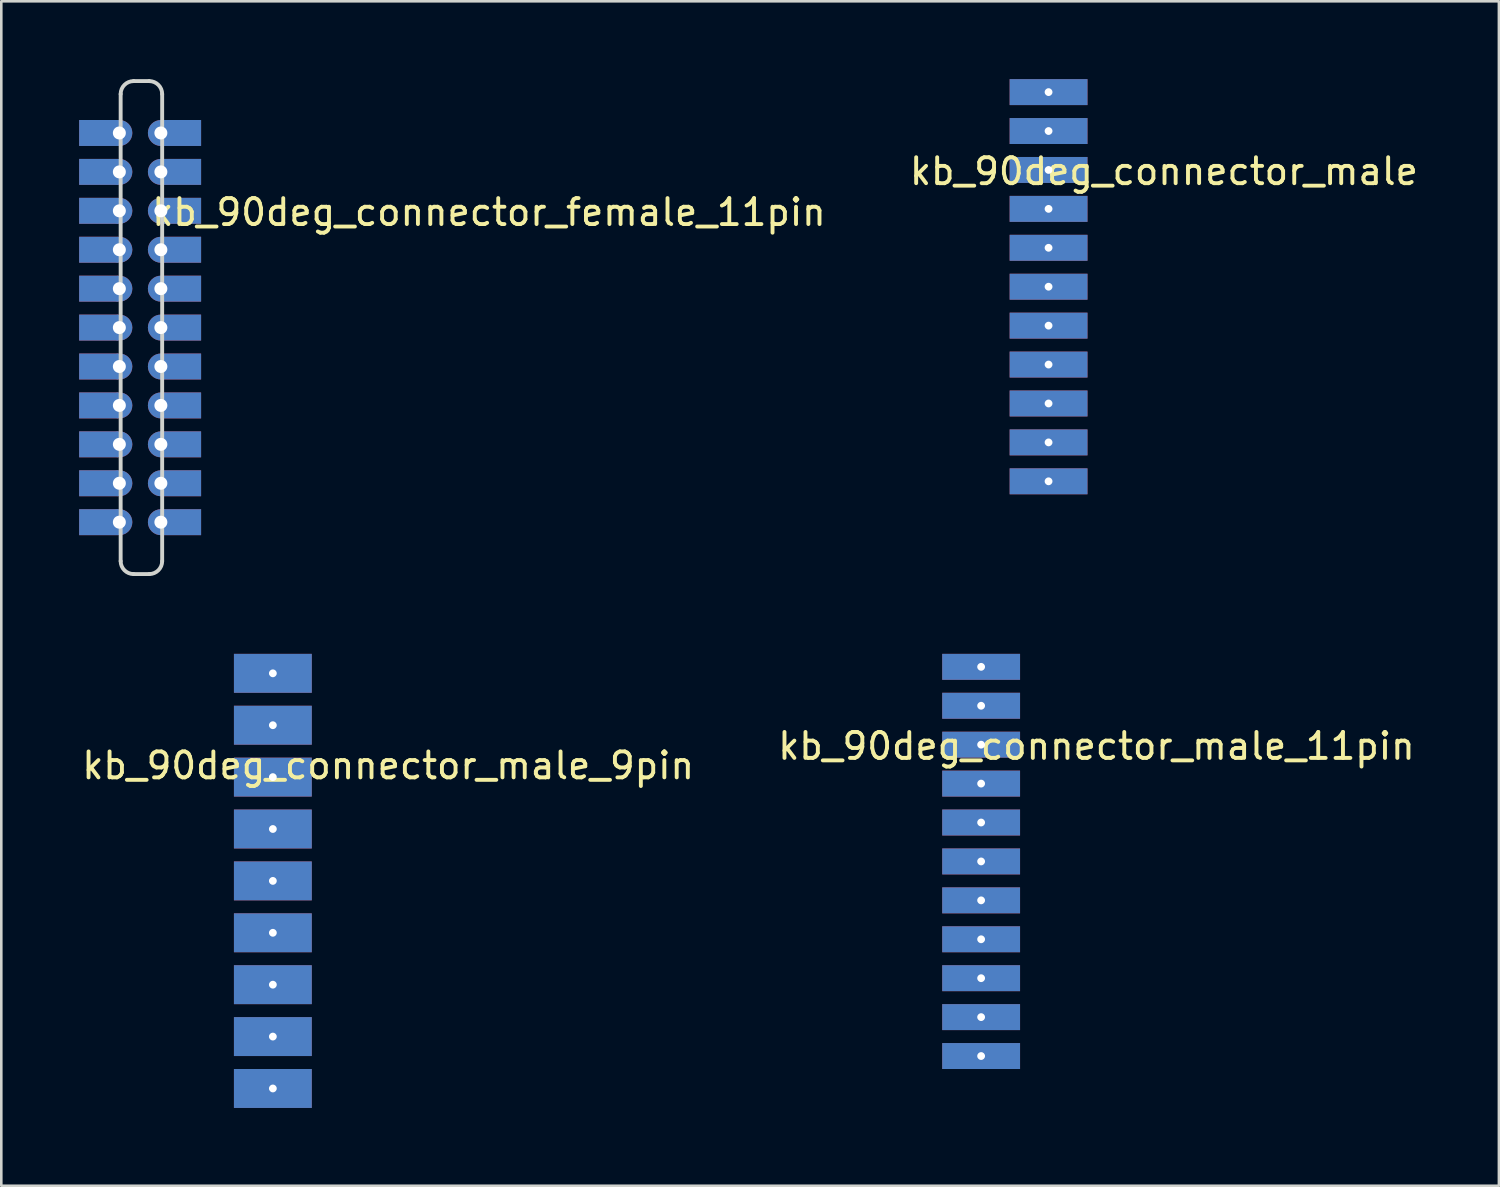
<source format=kicad_pcb>
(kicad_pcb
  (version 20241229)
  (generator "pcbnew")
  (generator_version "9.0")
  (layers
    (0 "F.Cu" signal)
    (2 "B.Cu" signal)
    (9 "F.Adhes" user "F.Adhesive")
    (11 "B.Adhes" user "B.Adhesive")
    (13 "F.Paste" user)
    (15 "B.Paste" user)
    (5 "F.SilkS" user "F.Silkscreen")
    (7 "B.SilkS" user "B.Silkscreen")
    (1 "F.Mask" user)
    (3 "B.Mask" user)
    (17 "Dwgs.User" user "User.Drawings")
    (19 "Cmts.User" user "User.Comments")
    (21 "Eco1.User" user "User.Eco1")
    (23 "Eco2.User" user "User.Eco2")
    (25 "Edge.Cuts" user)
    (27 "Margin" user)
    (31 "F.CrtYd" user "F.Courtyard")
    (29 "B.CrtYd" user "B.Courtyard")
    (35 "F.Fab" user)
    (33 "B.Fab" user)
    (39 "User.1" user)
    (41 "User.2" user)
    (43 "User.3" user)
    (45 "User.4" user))
  (footprint "kb_90deg_connector_female_11pin"
    (layer "F.Cu")
    (at 2.35 9.575)
    (property "Reference" "kb_90deg_connector_female_11pin" (at 13.445 -4.445 0) (unlocked yes) (layer "F.SilkS") (effects (font (size 1 1) (thickness 0.15))))
    (attr smd)
    (fp_line (start -0.75 -9) (end -0.75 9) (stroke (width 0.15) (type solid)) (layer "Edge.Cuts"))
    (fp_line (start -0.25 9.5) (end 0.35 9.5) (stroke (width 0.15) (type solid)) (layer "Edge.Cuts"))
    (fp_line (start 0.35 -9.5) (end -0.25 -9.5) (stroke (width 0.15) (type solid)) (layer "Edge.Cuts"))
    (fp_line (start 0.85 9) (end 0.85 -9) (stroke (width 0.15) (type solid)) (layer "Edge.Cuts"))
    (fp_arc (start -0.75 -9) (mid -0.603553 -9.353553) (end -0.25 -9.5) (stroke (width 0.15) (type solid)) (layer "Edge.Cuts"))
    (fp_arc (start -0.25 9.5) (mid -0.603553 9.353553) (end -0.75 9) (stroke (width 0.15) (type solid)) (layer "Edge.Cuts"))
    (fp_arc (start 0.35 -9.5) (mid 0.703553 -9.353553) (end 0.85 -9) (stroke (width 0.15) (type solid)) (layer "Edge.Cuts"))
    (fp_arc (start 0.85 9) (mid 0.703553 9.353553) (end 0.35 9.5) (stroke (width 0.15) (type solid)) (layer "Edge.Cuts"))
    (pad "1" smd rect (at -1.6 7.5 180) (size 1.5 1) (layers "F.Cu" "F.Mask" "F.Paste"))
    (pad "1" smd rect (at -1.6 7.5 180) (size 1.5 1) (layers "B.Cu" "B.Mask" "B.Paste"))
    (pad "1" thru_hole circle (at -0.8 7.5) (size 1 1) (drill 0.5) (layers "*.Cu"))
    (pad "1" thru_hole circle (at 0.8 7.5) (size 1 1) (drill 0.5) (layers "*.Cu"))
    (pad "1" smd rect (at 1.6 7.5 180) (size 1.5 1) (layers "F.Cu" "F.Mask" "F.Paste"))
    (pad "1" smd rect (at 1.6 7.5 180) (size 1.5 1) (layers "B.Cu" "B.Mask" "B.Paste"))
    (pad "2" smd rect (at -1.6 6 180) (size 1.5 1) (layers "F.Cu" "F.Mask" "F.Paste"))
    (pad "2" smd rect (at -1.6 6 180) (size 1.5 1) (layers "B.Cu" "B.Mask" "B.Paste"))
    (pad "2" thru_hole circle (at -0.8 6) (size 1 1) (drill 0.5) (layers "*.Cu"))
    (pad "2" thru_hole circle (at 0.8 6) (size 1 1) (drill 0.5) (layers "*.Cu"))
    (pad "2" smd rect (at 1.6 6 180) (size 1.5 1) (layers "F.Cu" "F.Mask" "F.Paste"))
    (pad "2" smd rect (at 1.6 6 180) (size 1.5 1) (layers "B.Cu" "B.Mask" "B.Paste"))
    (pad "3" smd rect (at -1.6 4.5 180) (size 1.5 1) (layers "F.Cu" "F.Mask" "F.Paste"))
    (pad "3" smd rect (at -1.6 4.5 180) (size 1.5 1) (layers "B.Cu" "B.Mask" "B.Paste"))
    (pad "3" thru_hole circle (at -0.8 4.5) (size 1 1) (drill 0.5) (layers "*.Cu"))
    (pad "3" thru_hole circle (at 0.8 4.5) (size 1 1) (drill 0.5) (layers "*.Cu"))
    (pad "3" smd rect (at 1.6 4.5 180) (size 1.5 1) (layers "F.Cu" "F.Mask" "F.Paste"))
    (pad "3" smd rect (at 1.6 4.5 180) (size 1.5 1) (layers "B.Cu" "B.Mask" "B.Paste"))
    (pad "4" smd rect (at -1.6 3 180) (size 1.5 1) (layers "F.Cu" "F.Mask" "F.Paste"))
    (pad "4" smd rect (at -1.6 3 180) (size 1.5 1) (layers "B.Cu" "B.Mask" "B.Paste"))
    (pad "4" thru_hole circle (at -0.8 3) (size 1 1) (drill 0.5) (layers "*.Cu"))
    (pad "4" thru_hole circle (at 0.8 3) (size 1 1) (drill 0.5) (layers "*.Cu"))
    (pad "4" smd rect (at 1.6 3 180) (size 1.5 1) (layers "F.Cu" "F.Mask" "F.Paste"))
    (pad "4" smd rect (at 1.6 3 180) (size 1.5 1) (layers "B.Cu" "B.Mask" "B.Paste"))
    (pad "5" smd rect (at -1.6 1.5 180) (size 1.5 1) (layers "F.Cu" "F.Mask" "F.Paste"))
    (pad "5" smd rect (at -1.6 1.5 180) (size 1.5 1) (layers "B.Cu" "B.Mask" "B.Paste"))
    (pad "5" thru_hole circle (at -0.8 1.5) (size 1 1) (drill 0.5) (layers "*.Cu"))
    (pad "5" thru_hole circle (at 0.8 1.5) (size 1 1) (drill 0.5) (layers "*.Cu"))
    (pad "5" smd rect (at 1.6 1.5 180) (size 1.5 1) (layers "F.Cu" "F.Mask" "F.Paste"))
    (pad "5" smd rect (at 1.6 1.5 180) (size 1.5 1) (layers "B.Cu" "B.Mask" "B.Paste"))
    (pad "6" smd rect (at -1.6 0 180) (size 1.5 1) (layers "F.Cu" "F.Mask" "F.Paste"))
    (pad "6" smd rect (at -1.6 0 180) (size 1.5 1) (layers "B.Cu" "B.Mask" "B.Paste"))
    (pad "6" thru_hole circle (at -0.8 0) (size 1 1) (drill 0.5) (layers "*.Cu"))
    (pad "6" thru_hole circle (at 0.8 0) (size 1 1) (drill 0.5) (layers "*.Cu"))
    (pad "6" smd rect (at 1.6 0 180) (size 1.5 1) (layers "F.Cu" "F.Mask" "F.Paste"))
    (pad "6" smd rect (at 1.6 0 180) (size 1.5 1) (layers "B.Cu" "B.Mask" "B.Paste"))
    (pad "7" smd rect (at -1.6 -1.5 180) (size 1.5 1) (layers "F.Cu" "F.Mask" "F.Paste"))
    (pad "7" smd rect (at -1.6 -1.5 180) (size 1.5 1) (layers "B.Cu" "B.Mask" "B.Paste"))
    (pad "7" thru_hole circle (at -0.8 -1.5) (size 1 1) (drill 0.5) (layers "*.Cu"))
    (pad "7" thru_hole circle (at 0.8 -1.5) (size 1 1) (drill 0.5) (layers "*.Cu"))
    (pad "7" smd rect (at 1.6 -1.5 180) (size 1.5 1) (layers "F.Cu" "F.Mask" "F.Paste"))
    (pad "7" smd rect (at 1.6 -1.5 180) (size 1.5 1) (layers "B.Cu" "B.Mask" "B.Paste"))
    (pad "8" smd rect (at -1.6 -3 180) (size 1.5 1) (layers "F.Cu" "F.Mask" "F.Paste"))
    (pad "8" smd rect (at -1.6 -3 180) (size 1.5 1) (layers "B.Cu" "B.Mask" "B.Paste"))
    (pad "8" thru_hole circle (at -0.8 -3) (size 1 1) (drill 0.5) (layers "*.Cu"))
    (pad "8" thru_hole circle (at 0.8 -3) (size 1 1) (drill 0.5) (layers "*.Cu"))
    (pad "8" smd rect (at 1.6 -3 180) (size 1.5 1) (layers "F.Cu" "F.Mask" "F.Paste"))
    (pad "8" smd rect (at 1.6 -3 180) (size 1.5 1) (layers "B.Cu" "B.Mask" "B.Paste"))
    (pad "9" smd rect (at -1.6 -4.5 180) (size 1.5 1) (layers "F.Cu" "F.Mask" "F.Paste"))
    (pad "9" smd rect (at -1.6 -4.5 180) (size 1.5 1) (layers "B.Cu" "B.Mask" "B.Paste"))
    (pad "9" thru_hole circle (at -0.8 -4.5) (size 1 1) (drill 0.5) (layers "*.Cu"))
    (pad "9" thru_hole circle (at 0.8 -4.5) (size 1 1) (drill 0.5) (layers "*.Cu"))
    (pad "9" smd rect (at 1.6 -4.5 180) (size 1.5 1) (layers "F.Cu" "F.Mask" "F.Paste"))
    (pad "9" smd rect (at 1.6 -4.5 180) (size 1.5 1) (layers "B.Cu" "B.Mask" "B.Paste"))
    (pad "10" smd rect (at -1.6 -6 180) (size 1.5 1) (layers "F.Cu" "F.Mask" "F.Paste"))
    (pad "10" smd rect (at -1.6 -6 180) (size 1.5 1) (layers "B.Cu" "B.Mask" "B.Paste"))
    (pad "10" thru_hole circle (at -0.8 -6) (size 1 1) (drill 0.5) (layers "*.Cu"))
    (pad "10" thru_hole circle (at 0.8 -6) (size 1 1) (drill 0.5) (layers "*.Cu"))
    (pad "10" smd rect (at 1.6 -6 180) (size 1.5 1) (layers "F.Cu" "F.Mask" "F.Paste"))
    (pad "10" smd rect (at 1.6 -6 180) (size 1.5 1) (layers "B.Cu" "B.Mask" "B.Paste"))
    (pad "11" smd rect (at -1.6 -7.5 180) (size 1.5 1) (layers "F.Cu" "F.Mask" "F.Paste"))
    (pad "11" smd rect (at -1.6 -7.5 180) (size 1.5 1) (layers "B.Cu" "B.Mask" "B.Paste"))
    (pad "11" thru_hole circle (at -0.8 -7.5) (size 1 1) (drill 0.5) (layers "*.Cu"))
    (pad "11" thru_hole circle (at 0.8 -7.5) (size 1 1) (drill 0.5) (layers "*.Cu"))
    (pad "11" smd rect (at 1.6 -7.5 180) (size 1.5 1) (layers "F.Cu" "F.Mask" "F.Paste"))
    (pad "11" smd rect (at 1.6 -7.5 180) (size 1.5 1) (layers "B.Cu" "B.Mask" "B.Paste")))
  (footprint "kb_90deg_connector_male"
    (layer "F.Cu")
    (at 37.362 8)
    (property "Reference" "kb_90deg_connector_male" (at 4.445 -4.445 0) (unlocked yes) (layer "F.SilkS") (effects (font (size 1 1) (thickness 0.15))))
    (attr smd)
    (pad "1" thru_hole circle (at 0 7.5 180) (size 0.6 0.6) (drill 0.3) (layers "*.Cu"))
    (pad "1" smd rect (at 0 7.5 180) (size 3 1) (layers "F.Cu" "F.Mask" "F.Paste"))
    (pad "1" smd rect (at 0 7.5 180) (size 3 1) (layers "B.Cu" "B.Mask" "B.Paste"))
    (pad "2" thru_hole circle (at 0 6 180) (size 0.6 0.6) (drill 0.3) (layers "*.Cu"))
    (pad "2" smd rect (at 0 6 180) (size 3 1) (layers "F.Cu" "F.Mask" "F.Paste"))
    (pad "2" smd rect (at 0 6 180) (size 3 1) (layers "B.Cu" "B.Mask" "B.Paste"))
    (pad "3" thru_hole circle (at 0 4.5 180) (size 0.6 0.6) (drill 0.3) (layers "*.Cu"))
    (pad "3" smd rect (at 0 4.5 180) (size 3 1) (layers "F.Cu" "F.Mask" "F.Paste"))
    (pad "3" smd rect (at 0 4.5 180) (size 3 1) (layers "B.Cu" "B.Mask" "B.Paste"))
    (pad "4" thru_hole circle (at 0 3 180) (size 0.6 0.6) (drill 0.3) (layers "*.Cu"))
    (pad "4" smd rect (at 0 3 180) (size 3 1) (layers "F.Cu" "F.Mask" "F.Paste"))
    (pad "4" smd rect (at 0 3 180) (size 3 1) (layers "B.Cu" "B.Mask" "B.Paste"))
    (pad "5" thru_hole circle (at 0 1.5 180) (size 0.6 0.6) (drill 0.3) (layers "*.Cu"))
    (pad "5" smd rect (at 0 1.5 180) (size 3 1) (layers "F.Cu" "F.Mask" "F.Paste"))
    (pad "5" smd rect (at 0 1.5 180) (size 3 1) (layers "B.Cu" "B.Mask" "B.Paste"))
    (pad "6" thru_hole circle (at 0 0 180) (size 0.6 0.6) (drill 0.3) (layers "*.Cu"))
    (pad "6" smd rect (at 0 0 180) (size 3 1) (layers "F.Cu" "F.Mask" "F.Paste"))
    (pad "6" smd rect (at 0 0 180) (size 3 1) (layers "B.Cu" "B.Mask" "B.Paste"))
    (pad "7" thru_hole circle (at 0 -1.5 180) (size 0.6 0.6) (drill 0.3) (layers "*.Cu"))
    (pad "7" smd rect (at 0 -1.5 180) (size 3 1) (layers "F.Cu" "F.Mask" "F.Paste"))
    (pad "7" smd rect (at 0 -1.5 180) (size 3 1) (layers "B.Cu" "B.Mask" "B.Paste"))
    (pad "8" thru_hole circle (at 0 -3 180) (size 0.6 0.6) (drill 0.3) (layers "*.Cu"))
    (pad "8" smd rect (at 0 -3 180) (size 3 1) (layers "F.Cu" "F.Mask" "F.Paste"))
    (pad "8" smd rect (at 0 -3 180) (size 3 1) (layers "B.Cu" "B.Mask" "B.Paste"))
    (pad "9" thru_hole circle (at 0 -4.5 180) (size 0.6 0.6) (drill 0.3) (layers "*.Cu"))
    (pad "9" smd rect (at 0 -4.5 180) (size 3 1) (layers "F.Cu" "F.Mask" "F.Paste"))
    (pad "9" smd rect (at 0 -4.5 180) (size 3 1) (layers "B.Cu" "B.Mask" "B.Paste"))
    (pad "10" thru_hole circle (at 0 -6 180) (size 0.6 0.6) (drill 0.3) (layers "*.Cu"))
    (pad "10" smd rect (at 0 -6 180) (size 3 1) (layers "F.Cu" "F.Mask" "F.Paste"))
    (pad "10" smd rect (at 0 -6 180) (size 3 1) (layers "B.Cu" "B.Mask" "B.Paste"))
    (pad "11" thru_hole circle (at 0 -7.5 180) (size 0.6 0.6) (drill 0.3) (layers "*.Cu"))
    (pad "11" smd rect (at 0 -7.5 180) (size 3 1) (layers "F.Cu" "F.Mask" "F.Paste"))
    (pad "11" smd rect (at 0 -7.5 180) (size 3 1) (layers "B.Cu" "B.Mask" "B.Paste")))
  (footprint "kb_90deg_connector_male_9pin"
    (layer "F.Cu")
    (at 7.466 30.9)
    (property "Reference" "kb_90deg_connector_male_9pin" (at 4.445 -4.445 0) (unlocked yes) (layer "F.SilkS") (effects (font (size 1 1) (thickness 0.15))))
    (attr smd)
    (pad "1" thru_hole circle (at 0 8) (size 0.6 0.6) (drill 0.3) (layers "*.Cu"))
    (pad "1" smd rect (at 0 8) (size 3 1.5) (layers "F.Cu" "F.Mask" "F.Paste"))
    (pad "1" smd rect (at 0 8) (size 3 1.5) (layers "B.Cu" "B.Mask" "B.Paste"))
    (pad "2" thru_hole circle (at 0 6) (size 0.6 0.6) (drill 0.3) (layers "*.Cu"))
    (pad "2" smd rect (at 0 6) (size 3 1.5) (layers "F.Cu" "F.Mask" "F.Paste"))
    (pad "2" smd rect (at 0 6) (size 3 1.5) (layers "B.Cu" "B.Mask" "B.Paste"))
    (pad "3" thru_hole circle (at 0 4) (size 0.6 0.6) (drill 0.3) (layers "*.Cu"))
    (pad "3" smd rect (at 0 4) (size 3 1.5) (layers "F.Cu" "F.Mask" "F.Paste"))
    (pad "3" smd rect (at 0 4) (size 3 1.5) (layers "B.Cu" "B.Mask" "B.Paste"))
    (pad "4" thru_hole circle (at 0 2) (size 0.6 0.6) (drill 0.3) (layers "*.Cu"))
    (pad "4" smd rect (at 0 2) (size 3 1.5) (layers "F.Cu" "F.Mask" "F.Paste"))
    (pad "4" smd rect (at 0 2) (size 3 1.5) (layers "B.Cu" "B.Mask" "B.Paste"))
    (pad "5" thru_hole circle (at 0 0) (size 0.6 0.6) (drill 0.3) (layers "*.Cu"))
    (pad "5" smd rect (at 0 0) (size 3 1.5) (layers "F.Cu" "F.Mask" "F.Paste"))
    (pad "5" smd rect (at 0 0) (size 3 1.5) (layers "B.Cu" "B.Mask" "B.Paste"))
    (pad "6" thru_hole circle (at 0 -2) (size 0.6 0.6) (drill 0.3) (layers "*.Cu"))
    (pad "6" smd rect (at 0 -2) (size 3 1.5) (layers "F.Cu" "F.Mask" "F.Paste"))
    (pad "6" smd rect (at 0 -2) (size 3 1.5) (layers "B.Cu" "B.Mask" "B.Paste"))
    (pad "7" thru_hole circle (at 0 -4) (size 0.6 0.6) (drill 0.3) (layers "*.Cu"))
    (pad "7" smd rect (at 0 -4) (size 3 1.5) (layers "F.Cu" "F.Mask" "F.Paste"))
    (pad "7" smd rect (at 0 -4) (size 3 1.5) (layers "B.Cu" "B.Mask" "B.Paste"))
    (pad "8" thru_hole circle (at 0 -6) (size 0.6 0.6) (drill 0.3) (layers "*.Cu"))
    (pad "8" smd rect (at 0 -6) (size 3 1.5) (layers "F.Cu" "F.Mask" "F.Paste"))
    (pad "8" smd rect (at 0 -6) (size 3 1.5) (layers "B.Cu" "B.Mask" "B.Paste"))
    (pad "9" thru_hole circle (at 0 -8) (size 0.6 0.6) (drill 0.3) (layers "*.Cu"))
    (pad "9" smd rect (at 0 -8) (size 3 1.5) (layers "F.Cu" "F.Mask" "F.Paste"))
    (pad "9" smd rect (at 0 -8) (size 3 1.5) (layers "B.Cu" "B.Mask" "B.Paste")))
  (footprint "kb_90deg_connector_male_11pin"
    (layer "F.Cu")
    (at 34.763 30.15)
    (property "Reference" "kb_90deg_connector_male_11pin" (at 4.445 -4.445 0) (unlocked yes) (layer "F.SilkS") (effects (font (size 1 1) (thickness 0.15))))
    (attr smd)
    (pad "1" thru_hole circle (at 0 7.5 180) (size 0.6 0.6) (drill 0.3) (layers "*.Cu"))
    (pad "1" smd rect (at 0 7.5 180) (size 3 1) (layers "F.Cu" "F.Mask" "F.Paste"))
    (pad "1" smd rect (at 0 7.5 180) (size 3 1) (layers "B.Cu" "B.Mask" "B.Paste"))
    (pad "2" thru_hole circle (at 0 6 180) (size 0.6 0.6) (drill 0.3) (layers "*.Cu"))
    (pad "2" smd rect (at 0 6 180) (size 3 1) (layers "F.Cu" "F.Mask" "F.Paste"))
    (pad "2" smd rect (at 0 6 180) (size 3 1) (layers "B.Cu" "B.Mask" "B.Paste"))
    (pad "3" thru_hole circle (at 0 4.5 180) (size 0.6 0.6) (drill 0.3) (layers "*.Cu"))
    (pad "3" smd rect (at 0 4.5 180) (size 3 1) (layers "F.Cu" "F.Mask" "F.Paste"))
    (pad "3" smd rect (at 0 4.5 180) (size 3 1) (layers "B.Cu" "B.Mask" "B.Paste"))
    (pad "4" thru_hole circle (at 0 3 180) (size 0.6 0.6) (drill 0.3) (layers "*.Cu"))
    (pad "4" smd rect (at 0 3 180) (size 3 1) (layers "F.Cu" "F.Mask" "F.Paste"))
    (pad "4" smd rect (at 0 3 180) (size 3 1) (layers "B.Cu" "B.Mask" "B.Paste"))
    (pad "5" thru_hole circle (at 0 1.5 180) (size 0.6 0.6) (drill 0.3) (layers "*.Cu"))
    (pad "5" smd rect (at 0 1.5 180) (size 3 1) (layers "F.Cu" "F.Mask" "F.Paste"))
    (pad "5" smd rect (at 0 1.5 180) (size 3 1) (layers "B.Cu" "B.Mask" "B.Paste"))
    (pad "6" thru_hole circle (at 0 0 180) (size 0.6 0.6) (drill 0.3) (layers "*.Cu"))
    (pad "6" smd rect (at 0 0 180) (size 3 1) (layers "F.Cu" "F.Mask" "F.Paste"))
    (pad "6" smd rect (at 0 0 180) (size 3 1) (layers "B.Cu" "B.Mask" "B.Paste"))
    (pad "7" thru_hole circle (at 0 -1.5 180) (size 0.6 0.6) (drill 0.3) (layers "*.Cu"))
    (pad "7" smd rect (at 0 -1.5 180) (size 3 1) (layers "F.Cu" "F.Mask" "F.Paste"))
    (pad "7" smd rect (at 0 -1.5 180) (size 3 1) (layers "B.Cu" "B.Mask" "B.Paste"))
    (pad "8" thru_hole circle (at 0 -3 180) (size 0.6 0.6) (drill 0.3) (layers "*.Cu"))
    (pad "8" smd rect (at 0 -3 180) (size 3 1) (layers "F.Cu" "F.Mask" "F.Paste"))
    (pad "8" smd rect (at 0 -3 180) (size 3 1) (layers "B.Cu" "B.Mask" "B.Paste"))
    (pad "9" thru_hole circle (at 0 -4.5 180) (size 0.6 0.6) (drill 0.3) (layers "*.Cu"))
    (pad "9" smd rect (at 0 -4.5 180) (size 3 1) (layers "F.Cu" "F.Mask" "F.Paste"))
    (pad "9" smd rect (at 0 -4.5 180) (size 3 1) (layers "B.Cu" "B.Mask" "B.Paste"))
    (pad "10" thru_hole circle (at 0 -6 180) (size 0.6 0.6) (drill 0.3) (layers "*.Cu"))
    (pad "10" smd rect (at 0 -6 180) (size 3 1) (layers "F.Cu" "F.Mask" "F.Paste"))
    (pad "10" smd rect (at 0 -6 180) (size 3 1) (layers "B.Cu" "B.Mask" "B.Paste"))
    (pad "11" thru_hole circle (at 0 -7.5 180) (size 0.6 0.6) (drill 0.3) (layers "*.Cu"))
    (pad "11" smd rect (at 0 -7.5 180) (size 3 1) (layers "F.Cu" "F.Mask" "F.Paste"))
    (pad "11" smd rect (at 0 -7.5 180) (size 3 1) (layers "B.Cu" "B.Mask" "B.Paste")))
  (gr_rect
    (start -3 -3)
    (end 54.718 42.65)
    (stroke (width 0.1) (type default))
    (fill no)
    (layer "Edge.Cuts")))
</source>
